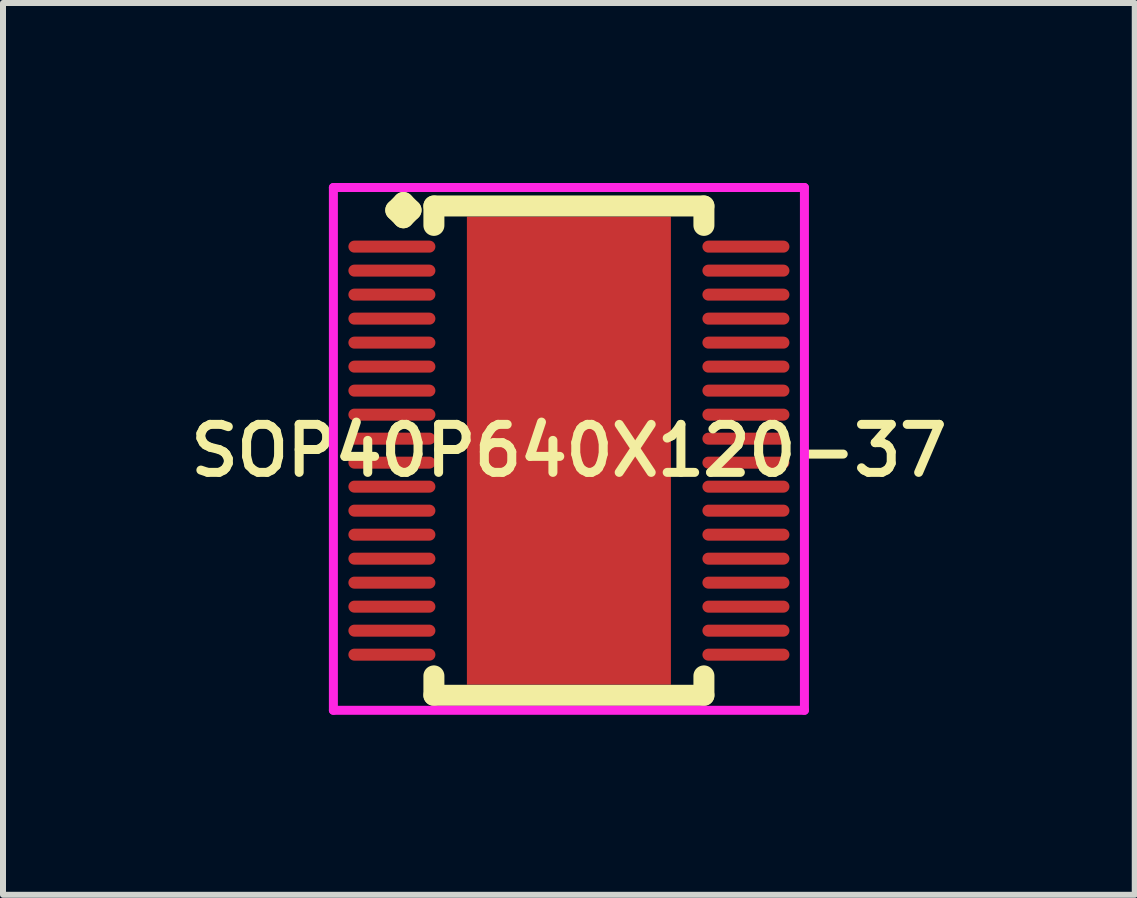
<source format=kicad_pcb>
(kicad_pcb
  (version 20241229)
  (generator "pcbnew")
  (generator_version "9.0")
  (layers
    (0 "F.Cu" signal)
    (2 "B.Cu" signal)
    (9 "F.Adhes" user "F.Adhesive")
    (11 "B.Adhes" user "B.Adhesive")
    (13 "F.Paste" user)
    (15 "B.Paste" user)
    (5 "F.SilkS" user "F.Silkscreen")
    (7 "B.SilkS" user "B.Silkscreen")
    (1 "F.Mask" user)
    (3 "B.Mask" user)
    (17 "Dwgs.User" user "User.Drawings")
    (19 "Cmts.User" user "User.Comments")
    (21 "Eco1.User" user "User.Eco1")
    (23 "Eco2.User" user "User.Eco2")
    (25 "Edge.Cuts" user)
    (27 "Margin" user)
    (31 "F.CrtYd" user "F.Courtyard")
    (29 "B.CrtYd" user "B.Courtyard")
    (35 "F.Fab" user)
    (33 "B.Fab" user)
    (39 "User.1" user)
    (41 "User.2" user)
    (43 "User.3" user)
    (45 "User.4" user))
  (footprint "SOP40P640X120-37"
    (layer "F.Cu")
    (at 6.431 4.46)
    (property "Reference" "SOP40P640X120-37" (at 0 0 0) (layer "F.SilkS") (effects (font (size 0.8 0.8) (thickness 0.15))))
    (attr through_hole)
    (fp_line (start -2.885 -4.008) (end -2.758 -4.135) (stroke (width 0.35) (type solid)) (layer "F.SilkS"))
    (fp_line (start -2.758 -4.135) (end -2.631 -4.008) (stroke (width 0.35) (type solid)) (layer "F.SilkS"))
    (fp_line (start -2.758 -3.881) (end -2.885 -4.008) (stroke (width 0.35) (type solid)) (layer "F.SilkS"))
    (fp_line (start -2.631 -4.008) (end -2.758 -3.881) (stroke (width 0.35) (type solid)) (layer "F.SilkS"))
    (fp_line (start -2.25 -4.077) (end 2.25 -4.077) (stroke (width 0.35) (type solid)) (layer "F.SilkS"))
    (fp_line (start -2.25 -3.754) (end -2.25 -4.077) (stroke (width 0.35) (type solid)) (layer "F.SilkS"))
    (fp_line (start -2.25 3.754) (end -2.25 4.077) (stroke (width 0.35) (type solid)) (layer "F.SilkS"))
    (fp_line (start -2.25 4.077) (end 2.25 4.077) (stroke (width 0.35) (type solid)) (layer "F.SilkS"))
    (fp_line (start 2.25 -4.077) (end 2.25 -3.754) (stroke (width 0.35) (type solid)) (layer "F.SilkS"))
    (fp_line (start 2.25 4.077) (end 2.25 3.754) (stroke (width 0.35) (type solid)) (layer "F.SilkS"))
    (fp_line (start -3.925 -4.385) (end 3.925 -4.385) (stroke (width 0.15) (type solid)) (layer "F.CrtYd"))
    (fp_line (start -3.925 4.327) (end -3.925 -4.385) (stroke (width 0.15) (type solid)) (layer "F.CrtYd"))
    (fp_line (start 3.925 -4.385) (end 3.925 4.327) (stroke (width 0.15) (type solid)) (layer "F.CrtYd"))
    (fp_line (start 3.925 4.327) (end -3.925 4.327) (stroke (width 0.15) (type solid)) (layer "F.CrtYd"))
    (pad "1" smd oval (at -2.95 -3.4) (size 1.45 0.2) (layers "F.Cu" "F.Mask" "F.Paste"))
    (pad "2" smd oval (at -2.95 -3) (size 1.45 0.2) (layers "F.Cu" "F.Mask" "F.Paste"))
    (pad "3" smd oval (at -2.95 -2.6) (size 1.45 0.2) (layers "F.Cu" "F.Mask" "F.Paste"))
    (pad "4" smd oval (at -2.95 -2.2) (size 1.45 0.2) (layers "F.Cu" "F.Mask" "F.Paste"))
    (pad "5" smd oval (at -2.95 -1.8) (size 1.45 0.2) (layers "F.Cu" "F.Mask" "F.Paste"))
    (pad "6" smd oval (at -2.95 -1.4) (size 1.45 0.2) (layers "F.Cu" "F.Mask" "F.Paste"))
    (pad "7" smd oval (at -2.95 -1) (size 1.45 0.2) (layers "F.Cu" "F.Mask" "F.Paste"))
    (pad "8" smd oval (at -2.95 -0.6) (size 1.45 0.2) (layers "F.Cu" "F.Mask" "F.Paste"))
    (pad "9" smd oval (at -2.95 -0.2) (size 1.45 0.2) (layers "F.Cu" "F.Mask" "F.Paste"))
    (pad "10" smd oval (at -2.95 0.2) (size 1.45 0.2) (layers "F.Cu" "F.Mask" "F.Paste"))
    (pad "11" smd oval (at -2.95 0.6) (size 1.45 0.2) (layers "F.Cu" "F.Mask" "F.Paste"))
    (pad "12" smd oval (at -2.95 1) (size 1.45 0.2) (layers "F.Cu" "F.Mask" "F.Paste"))
    (pad "13" smd oval (at -2.95 1.4) (size 1.45 0.2) (layers "F.Cu" "F.Mask" "F.Paste"))
    (pad "14" smd oval (at -2.95 1.8) (size 1.45 0.2) (layers "F.Cu" "F.Mask" "F.Paste"))
    (pad "15" smd oval (at -2.95 2.2) (size 1.45 0.2) (layers "F.Cu" "F.Mask" "F.Paste"))
    (pad "16" smd oval (at -2.95 2.6) (size 1.45 0.2) (layers "F.Cu" "F.Mask" "F.Paste"))
    (pad "17" smd oval (at -2.95 3) (size 1.45 0.2) (layers "F.Cu" "F.Mask" "F.Paste"))
    (pad "18" smd oval (at -2.95 3.4) (size 1.45 0.2) (layers "F.Cu" "F.Mask" "F.Paste"))
    (pad "19" smd oval (at 2.95 3.4) (size 1.45 0.2) (layers "F.Cu" "F.Mask" "F.Paste"))
    (pad "20" smd oval (at 2.95 3) (size 1.45 0.2) (layers "F.Cu" "F.Mask" "F.Paste"))
    (pad "21" smd oval (at 2.95 2.6) (size 1.45 0.2) (layers "F.Cu" "F.Mask" "F.Paste"))
    (pad "22" smd oval (at 2.95 2.2) (size 1.45 0.2) (layers "F.Cu" "F.Mask" "F.Paste"))
    (pad "23" smd oval (at 2.95 1.8) (size 1.45 0.2) (layers "F.Cu" "F.Mask" "F.Paste"))
    (pad "24" smd oval (at 2.95 1.4) (size 1.45 0.2) (layers "F.Cu" "F.Mask" "F.Paste"))
    (pad "25" smd oval (at 2.95 1) (size 1.45 0.2) (layers "F.Cu" "F.Mask" "F.Paste"))
    (pad "26" smd oval (at 2.95 0.6) (size 1.45 0.2) (layers "F.Cu" "F.Mask" "F.Paste"))
    (pad "27" smd oval (at 2.95 0.2) (size 1.45 0.2) (layers "F.Cu" "F.Mask" "F.Paste"))
    (pad "28" smd oval (at 2.95 -0.2) (size 1.45 0.2) (layers "F.Cu" "F.Mask" "F.Paste"))
    (pad "29" smd oval (at 2.95 -0.6) (size 1.45 0.2) (layers "F.Cu" "F.Mask" "F.Paste"))
    (pad "30" smd oval (at 2.95 -1) (size 1.45 0.2) (layers "F.Cu" "F.Mask" "F.Paste"))
    (pad "31" smd oval (at 2.95 -1.4) (size 1.45 0.2) (layers "F.Cu" "F.Mask" "F.Paste"))
    (pad "32" smd oval (at 2.95 -1.8) (size 1.45 0.2) (layers "F.Cu" "F.Mask" "F.Paste"))
    (pad "33" smd oval (at 2.95 -2.2) (size 1.45 0.2) (layers "F.Cu" "F.Mask" "F.Paste"))
    (pad "34" smd oval (at 2.95 -2.6) (size 1.45 0.2) (layers "F.Cu" "F.Mask" "F.Paste"))
    (pad "35" smd oval (at 2.95 -3) (size 1.45 0.2) (layers "F.Cu" "F.Mask" "F.Paste"))
    (pad "36" smd oval (at 2.95 -3.4) (size 1.45 0.2) (layers "F.Cu" "F.Mask" "F.Paste"))
    (pad "37" smd rect (at 0 0) (size 3.4 7.8) (layers "F.Cu" "F.Mask" "F.Paste")))
  (gr_rect
    (start -3 -3)
    (end 15.861 11.862)
    (stroke (width 0.1) (type default))
    (fill no)
    (layer "Edge.Cuts")))
</source>
